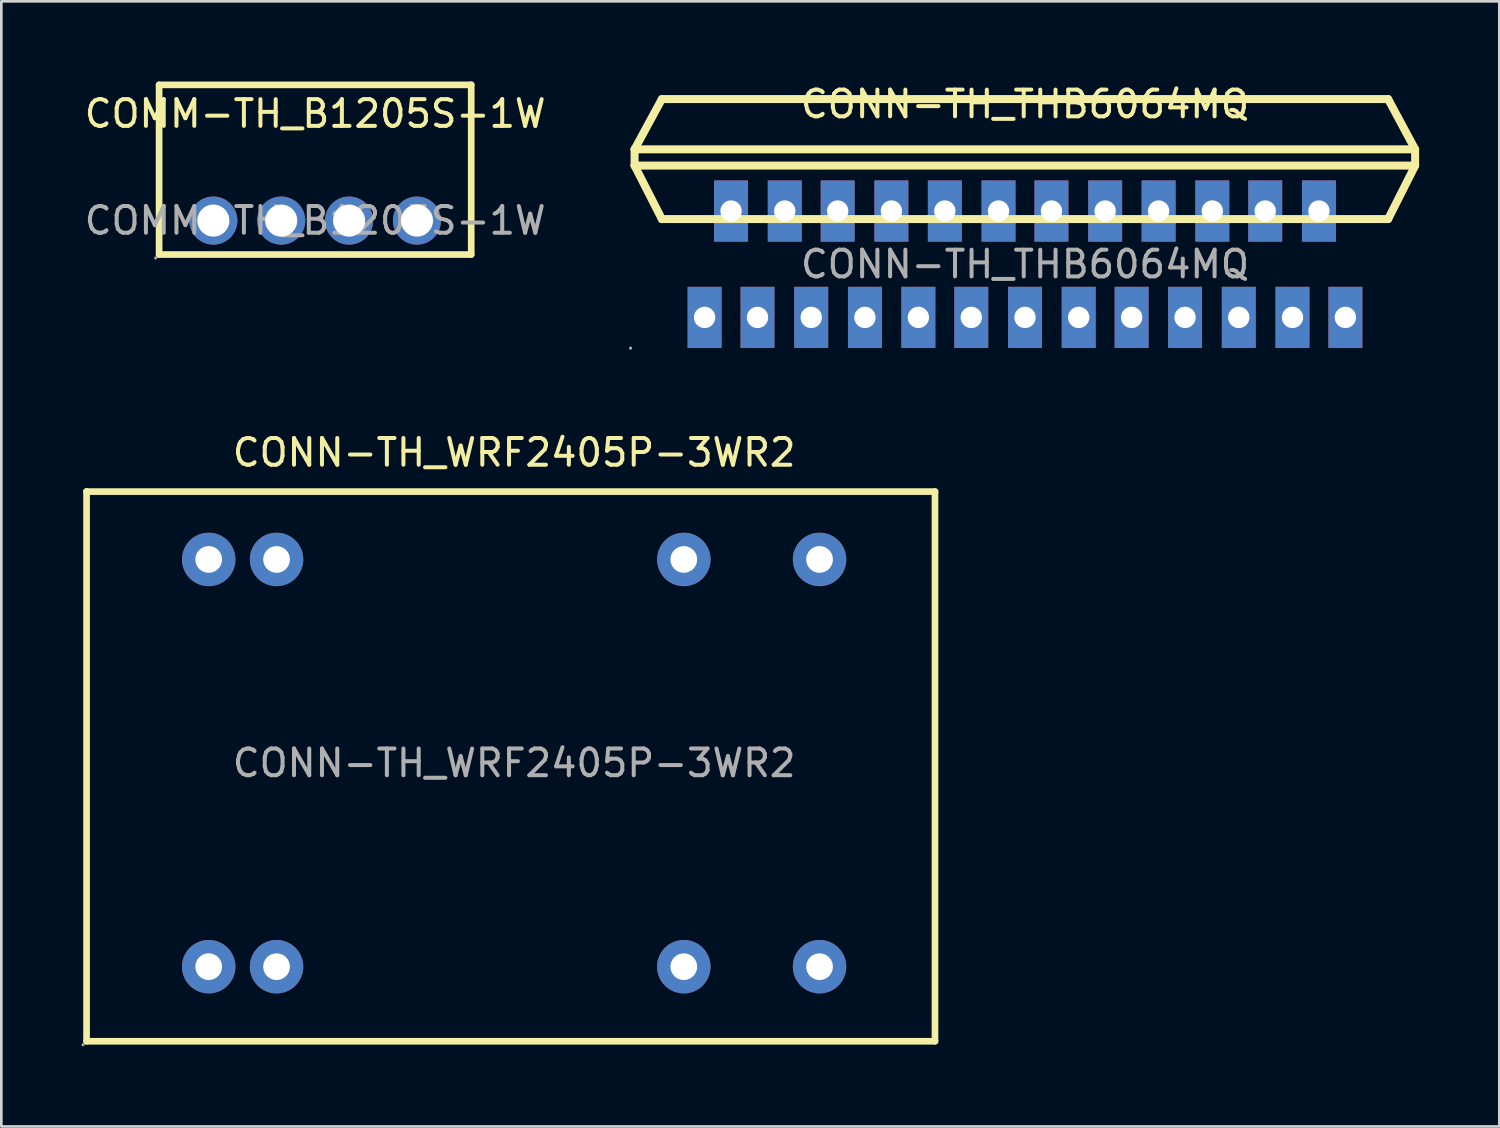
<source format=kicad_pcb>
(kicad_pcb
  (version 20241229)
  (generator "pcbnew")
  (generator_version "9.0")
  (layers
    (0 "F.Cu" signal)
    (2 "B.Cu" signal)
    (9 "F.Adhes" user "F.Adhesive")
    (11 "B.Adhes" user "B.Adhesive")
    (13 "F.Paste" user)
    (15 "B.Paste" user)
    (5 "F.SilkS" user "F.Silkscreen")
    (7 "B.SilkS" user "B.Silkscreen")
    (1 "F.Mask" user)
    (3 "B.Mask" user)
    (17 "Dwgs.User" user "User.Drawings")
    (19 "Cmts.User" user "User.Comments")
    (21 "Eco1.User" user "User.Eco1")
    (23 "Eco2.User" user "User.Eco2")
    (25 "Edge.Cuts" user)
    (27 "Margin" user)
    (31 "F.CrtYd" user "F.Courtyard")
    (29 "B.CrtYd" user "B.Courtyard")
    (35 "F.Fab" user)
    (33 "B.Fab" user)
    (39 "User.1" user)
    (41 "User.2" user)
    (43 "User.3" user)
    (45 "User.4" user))
  (footprint "CONN-TH_WRF2405P-3WR2"
    (layer "F.Cu")
    (at 16.19 25.506)
    (property "Reference" "CONN-TH_WRF2405P-3WR2" (at 0 -11.62 0) (layer "F.SilkS") (effects (font (size 1 1) (thickness 0.15))))
    (attr through_hole)
    (fp_line (start -16 -10.16) (end -16 -10.16) (stroke (width 0.25) (type solid)) (layer "F.SilkS"))
    (fp_line (start -16 -10.16) (end -16 10.41) (stroke (width 0.25) (type solid)) (layer "F.SilkS"))
    (fp_line (start -16 10.41) (end 15.75 10.41) (stroke (width 0.25) (type solid)) (layer "F.SilkS"))
    (fp_line (start 15.75 -10.16) (end -16 -10.16) (stroke (width 0.25) (type solid)) (layer "F.SilkS"))
    (fp_line (start 15.75 10.41) (end 15.75 -10.16) (stroke (width 0.25) (type solid)) (layer "F.SilkS"))
    (fp_circle (center -16.13 10.54) (end -16.1 10.54) (stroke (width 0.06) (type solid)) (fill no) (layer "F.Fab"))
    (fp_circle (center -11.43 -7.62) (end -11.23 -7.62) (stroke (width 0.4) (type solid)) (fill no) (layer "F.Fab"))
    (fp_circle (center -11.43 7.62) (end -11.23 7.62) (stroke (width 0.4) (type solid)) (fill no) (layer "F.Fab"))
    (fp_circle (center -8.89 -7.62) (end -8.69 -7.62) (stroke (width 0.4) (type solid)) (fill no) (layer "F.Fab"))
    (fp_circle (center -8.89 7.62) (end -8.69 7.62) (stroke (width 0.4) (type solid)) (fill no) (layer "F.Fab"))
    (fp_circle (center 6.35 -7.62) (end 6.55 -7.62) (stroke (width 0.4) (type solid)) (fill no) (layer "F.Fab"))
    (fp_circle (center 6.35 7.62) (end 6.55 7.62) (stroke (width 0.4) (type solid)) (fill no) (layer "F.Fab"))
    (fp_circle (center 11.43 -7.62) (end 11.63 -7.62) (stroke (width 0.4) (type solid)) (fill no) (layer "F.Fab"))
    (fp_circle (center 11.43 7.62) (end 11.63 7.62) (stroke (width 0.4) (type solid)) (fill no) (layer "F.Fab"))
    (fp_text user "${REFERENCE}" (at 0 0 0) (layer "F.Fab") (effects (font (size 1 1) (thickness 0.15))))
    (pad "2" thru_hole circle (at -11.43 7.62) (size 2 2) (drill 1) (layers "*.Cu" "*.Paste" "*.Mask"))
    (pad "3" thru_hole circle (at -8.89 7.62) (size 2 2) (drill 1) (layers "*.Cu" "*.Paste" "*.Mask"))
    (pad "9" thru_hole circle (at 6.35 7.62) (size 2 2) (drill 1) (layers "*.Cu" "*.Paste" "*.Mask"))
    (pad "11" thru_hole circle (at 11.43 7.62) (size 2 2) (drill 1) (layers "*.Cu" "*.Paste" "*.Mask"))
    (pad "14" thru_hole circle (at 11.43 -7.62) (size 2 2) (drill 1) (layers "*.Cu" "*.Paste" "*.Mask"))
    (pad "16" thru_hole circle (at 6.35 -7.62) (size 2 2) (drill 1) (layers "*.Cu" "*.Paste" "*.Mask"))
    (pad "22" thru_hole circle (at -8.89 -7.62) (size 2 2) (drill 1) (layers "*.Cu" "*.Paste" "*.Mask"))
    (pad "23" thru_hole circle (at -11.43 -7.62) (size 2 2) (drill 1) (layers "*.Cu" "*.Paste" "*.Mask")))
  (footprint "COMM-TH_B1205S-1W"
    (layer "F.Cu")
    (at 8.744 5.205)
    (property "Reference" "COMM-TH_B1205S-1W" (at 0 -4 0) (layer "F.SilkS") (effects (font (size 1 1) (thickness 0.15))))
    (attr through_hole)
    (fp_line (start -5.84 -5.08) (end 5.84 -5.08) (stroke (width 0.25) (type solid)) (layer "F.SilkS"))
    (fp_line (start -5.84 1.27) (end -5.84 -5.08) (stroke (width 0.25) (type solid)) (layer "F.SilkS"))
    (fp_line (start 5.84 -5.08) (end 5.84 1.27) (stroke (width 0.25) (type solid)) (layer "F.SilkS"))
    (fp_line (start 5.84 1.27) (end -5.84 1.27) (stroke (width 0.25) (type solid)) (layer "F.SilkS"))
    (fp_circle (center -5.97 1.4) (end -5.94 1.4) (stroke (width 0.06) (type solid)) (fill no) (layer "F.Fab"))
    (fp_circle (center -3.81 0) (end -3.56 0) (stroke (width 0.5) (type solid)) (fill no) (layer "F.Fab"))
    (fp_circle (center -1.27 0) (end -1.02 0) (stroke (width 0.5) (type solid)) (fill no) (layer "F.Fab"))
    (fp_circle (center 1.27 0) (end 1.52 0) (stroke (width 0.5) (type solid)) (fill no) (layer "F.Fab"))
    (fp_circle (center 3.81 0) (end 4.06 0) (stroke (width 0.5) (type solid)) (fill no) (layer "F.Fab"))
    (fp_text user "${REFERENCE}" (at 0 0 0) (layer "F.Fab") (effects (font (size 1 1) (thickness 0.15))))
    (pad "1" thru_hole circle (at -3.81 0) (size 1.8 1.8) (drill 1.2) (layers "*.Cu" "*.Paste" "*.Mask"))
    (pad "2" thru_hole circle (at -1.27 0) (size 1.8 1.8) (drill 1.2) (layers "*.Cu" "*.Paste" "*.Mask"))
    (pad "3" thru_hole circle (at 1.27 0) (size 1.8 1.8) (drill 1.2) (layers "*.Cu" "*.Paste" "*.Mask"))
    (pad "4" thru_hole circle (at 3.81 0) (size 1.8 1.8) (drill 1.2) (layers "*.Cu" "*.Paste" "*.Mask")))
  (footprint "CONN-TH_THB6064MQ"
    (layer "F.Cu")
    (at 35.308 6.838)
    (property "Reference" "CONN-TH_THB6064MQ" (at 0 -5.99 0) (layer "F.SilkS") (effects (font (size 1 1) (thickness 0.15))))
    (attr through_hole)
    (fp_line (start -14.61 -4.3) (end -14.61 -3.69) (stroke (width 0.3) (type solid)) (layer "F.SilkS"))
    (fp_line (start -14.61 -3.69) (end -13.59 -1.69) (stroke (width 0.3) (type solid)) (layer "F.SilkS"))
    (fp_line (start -14.61 -3.69) (end 14.5 -3.69) (stroke (width 0.3) (type solid)) (layer "F.SilkS"))
    (fp_line (start -13.59 -6.18) (end -14.61 -4.3) (stroke (width 0.3) (type solid)) (layer "F.SilkS"))
    (fp_line (start -13.59 -1.69) (end 13.59 -1.69) (stroke (width 0.3) (type solid)) (layer "F.SilkS"))
    (fp_line (start 13.59 -6.18) (end -13.59 -6.18) (stroke (width 0.3) (type solid)) (layer "F.SilkS"))
    (fp_line (start 13.59 -1.69) (end 14.6 -3.69) (stroke (width 0.3) (type solid)) (layer "F.SilkS"))
    (fp_line (start 14.5 -4.3) (end -14.61 -4.3) (stroke (width 0.3) (type solid)) (layer "F.SilkS"))
    (fp_line (start 14.5 -4.3) (end 14.6 -4.3) (stroke (width 0.25) (type solid)) (layer "F.SilkS"))
    (fp_line (start 14.6 -4.3) (end 13.59 -6.18) (stroke (width 0.3) (type solid)) (layer "F.SilkS"))
    (fp_line (start 14.6 -3.69) (end 14.5 -3.69) (stroke (width 0.25) (type solid)) (layer "F.SilkS"))
    (fp_line (start 14.6 -3.69) (end 14.6 -4.3) (stroke (width 0.3) (type solid)) (layer "F.SilkS"))
    (fp_circle (center -14.76 3.14) (end -14.73 3.14) (stroke (width 0.06) (type solid)) (fill no) (layer "F.Fab"))
    (fp_circle (center -11.99 1.99) (end -11.84 1.99) (stroke (width 0.3) (type solid)) (fill no) (layer "F.Fab"))
    (fp_circle (center -11 -1.99) (end -10.85 -1.99) (stroke (width 0.3) (type solid)) (fill no) (layer "F.Fab"))
    (fp_circle (center -10.01 1.99) (end -9.86 1.99) (stroke (width 0.3) (type solid)) (fill no) (layer "F.Fab"))
    (fp_circle (center -8.99 -1.99) (end -8.84 -1.99) (stroke (width 0.3) (type solid)) (fill no) (layer "F.Fab"))
    (fp_circle (center -8 1.99) (end -7.85 1.99) (stroke (width 0.3) (type solid)) (fill no) (layer "F.Fab"))
    (fp_circle (center -7.01 -1.99) (end -6.86 -1.99) (stroke (width 0.3) (type solid)) (fill no) (layer "F.Fab"))
    (fp_circle (center -5.99 1.99) (end -5.84 1.99) (stroke (width 0.3) (type solid)) (fill no) (layer "F.Fab"))
    (fp_circle (center -5 -1.99) (end -4.85 -1.99) (stroke (width 0.3) (type solid)) (fill no) (layer "F.Fab"))
    (fp_circle (center -3.99 1.99) (end -3.84 1.99) (stroke (width 0.3) (type solid)) (fill no) (layer "F.Fab"))
    (fp_circle (center -3 -1.99) (end -2.85 -1.99) (stroke (width 0.3) (type solid)) (fill no) (layer "F.Fab"))
    (fp_circle (center -2.01 1.99) (end -1.86 1.99) (stroke (width 0.3) (type solid)) (fill no) (layer "F.Fab"))
    (fp_circle (center -0.99 -1.99) (end -0.84 -1.99) (stroke (width 0.3) (type solid)) (fill no) (layer "F.Fab"))
    (fp_circle (center 0 1.99) (end 0.15 1.99) (stroke (width 0.3) (type solid)) (fill no) (layer "F.Fab"))
    (fp_circle (center 0.99 -1.99) (end 1.14 -1.99) (stroke (width 0.3) (type solid)) (fill no) (layer "F.Fab"))
    (fp_circle (center 2.01 1.99) (end 2.16 1.99) (stroke (width 0.3) (type solid)) (fill no) (layer "F.Fab"))
    (fp_circle (center 3 -1.99) (end 3.15 -1.99) (stroke (width 0.3) (type solid)) (fill no) (layer "F.Fab"))
    (fp_circle (center 3.99 1.99) (end 4.14 1.99) (stroke (width 0.3) (type solid)) (fill no) (layer "F.Fab"))
    (fp_circle (center 5 -1.99) (end 5.15 -1.99) (stroke (width 0.3) (type solid)) (fill no) (layer "F.Fab"))
    (fp_circle (center 5.99 1.99) (end 6.14 1.99) (stroke (width 0.3) (type solid)) (fill no) (layer "F.Fab"))
    (fp_circle (center 7.01 -1.99) (end 7.16 -1.99) (stroke (width 0.3) (type solid)) (fill no) (layer "F.Fab"))
    (fp_circle (center 8 1.99) (end 8.15 1.99) (stroke (width 0.3) (type solid)) (fill no) (layer "F.Fab"))
    (fp_circle (center 8.99 -1.99) (end 9.14 -1.99) (stroke (width 0.3) (type solid)) (fill no) (layer "F.Fab"))
    (fp_circle (center 10.01 1.99) (end 10.16 1.99) (stroke (width 0.3) (type solid)) (fill no) (layer "F.Fab"))
    (fp_circle (center 11 -1.99) (end 11.15 -1.99) (stroke (width 0.3) (type solid)) (fill no) (layer "F.Fab"))
    (fp_circle (center 11.99 1.99) (end 12.14 1.99) (stroke (width 0.3) (type solid)) (fill no) (layer "F.Fab"))
    (fp_text user "${REFERENCE}" (at 0 0 0) (layer "F.Fab") (effects (font (size 1 1) (thickness 0.15))))
    (pad "1" thru_hole rect (at -11.99 1.99 90) (size 2.29 1.27) (drill 0.8) (layers "*.Cu" "*.Paste" "*.Mask"))
    (pad "2" thru_hole rect (at -11 -1.99 90) (size 2.29 1.27) (drill 0.8) (layers "*.Cu" "*.Paste" "*.Mask"))
    (pad "3" thru_hole rect (at -10.01 1.99 90) (size 2.29 1.27) (drill 0.8) (layers "*.Cu" "*.Paste" "*.Mask"))
    (pad "4" thru_hole rect (at -8.99 -1.99 90) (size 2.29 1.27) (drill 0.8) (layers "*.Cu" "*.Paste" "*.Mask"))
    (pad "5" thru_hole rect (at -8 1.99 90) (size 2.29 1.27) (drill 0.8) (layers "*.Cu" "*.Paste" "*.Mask"))
    (pad "6" thru_hole rect (at -7.01 -1.99 90) (size 2.29 1.27) (drill 0.8) (layers "*.Cu" "*.Paste" "*.Mask"))
    (pad "7" thru_hole rect (at -5.99 1.99 90) (size 2.29 1.27) (drill 0.8) (layers "*.Cu" "*.Paste" "*.Mask"))
    (pad "8" thru_hole rect (at -5 -1.99 90) (size 2.29 1.27) (drill 0.8) (layers "*.Cu" "*.Paste" "*.Mask"))
    (pad "9" thru_hole rect (at -3.99 1.99 90) (size 2.29 1.27) (drill 0.8) (layers "*.Cu" "*.Paste" "*.Mask"))
    (pad "10" thru_hole rect (at -3 -1.99 90) (size 2.29 1.27) (drill 0.8) (layers "*.Cu" "*.Paste" "*.Mask"))
    (pad "11" thru_hole rect (at -2.01 1.99 90) (size 2.29 1.27) (drill 0.8) (layers "*.Cu" "*.Paste" "*.Mask"))
    (pad "12" thru_hole rect (at -0.99 -1.99 90) (size 2.29 1.27) (drill 0.8) (layers "*.Cu" "*.Paste" "*.Mask"))
    (pad "13" thru_hole rect (at 0 1.99 90) (size 2.29 1.27) (drill 0.8) (layers "*.Cu" "*.Paste" "*.Mask"))
    (pad "14" thru_hole rect (at 0.99 -1.99 90) (size 2.29 1.27) (drill 0.8) (layers "*.Cu" "*.Paste" "*.Mask"))
    (pad "15" thru_hole rect (at 2.01 1.99 90) (size 2.29 1.27) (drill 0.8) (layers "*.Cu" "*.Paste" "*.Mask"))
    (pad "16" thru_hole rect (at 3 -1.99 90) (size 2.29 1.27) (drill 0.8) (layers "*.Cu" "*.Paste" "*.Mask"))
    (pad "17" thru_hole rect (at 3.99 1.99 90) (size 2.29 1.27) (drill 0.8) (layers "*.Cu" "*.Paste" "*.Mask"))
    (pad "18" thru_hole rect (at 5 -1.99 90) (size 2.29 1.27) (drill 0.8) (layers "*.Cu" "*.Paste" "*.Mask"))
    (pad "19" thru_hole rect (at 5.99 1.99 90) (size 2.29 1.27) (drill 0.8) (layers "*.Cu" "*.Paste" "*.Mask"))
    (pad "20" thru_hole rect (at 7.01 -1.99 90) (size 2.29 1.27) (drill 0.8) (layers "*.Cu" "*.Paste" "*.Mask"))
    (pad "21" thru_hole rect (at 8 1.99 90) (size 2.29 1.27) (drill 0.8) (layers "*.Cu" "*.Paste" "*.Mask"))
    (pad "22" thru_hole rect (at 8.99 -1.99 90) (size 2.29 1.27) (drill 0.8) (layers "*.Cu" "*.Paste" "*.Mask"))
    (pad "23" thru_hole rect (at 10.01 1.99 90) (size 2.29 1.27) (drill 0.8) (layers "*.Cu" "*.Paste" "*.Mask"))
    (pad "24" thru_hole rect (at 11 -1.99 90) (size 2.29 1.27) (drill 0.8) (layers "*.Cu" "*.Paste" "*.Mask"))
    (pad "25" thru_hole rect (at 11.99 1.99 90) (size 2.29 1.27) (drill 0.8) (layers "*.Cu" "*.Paste" "*.Mask")))
  (gr_rect
    (start -3 -3)
    (end 53.058 39.106)
    (stroke (width 0.1) (type default))
    (fill no)
    (layer "Edge.Cuts")))
</source>
